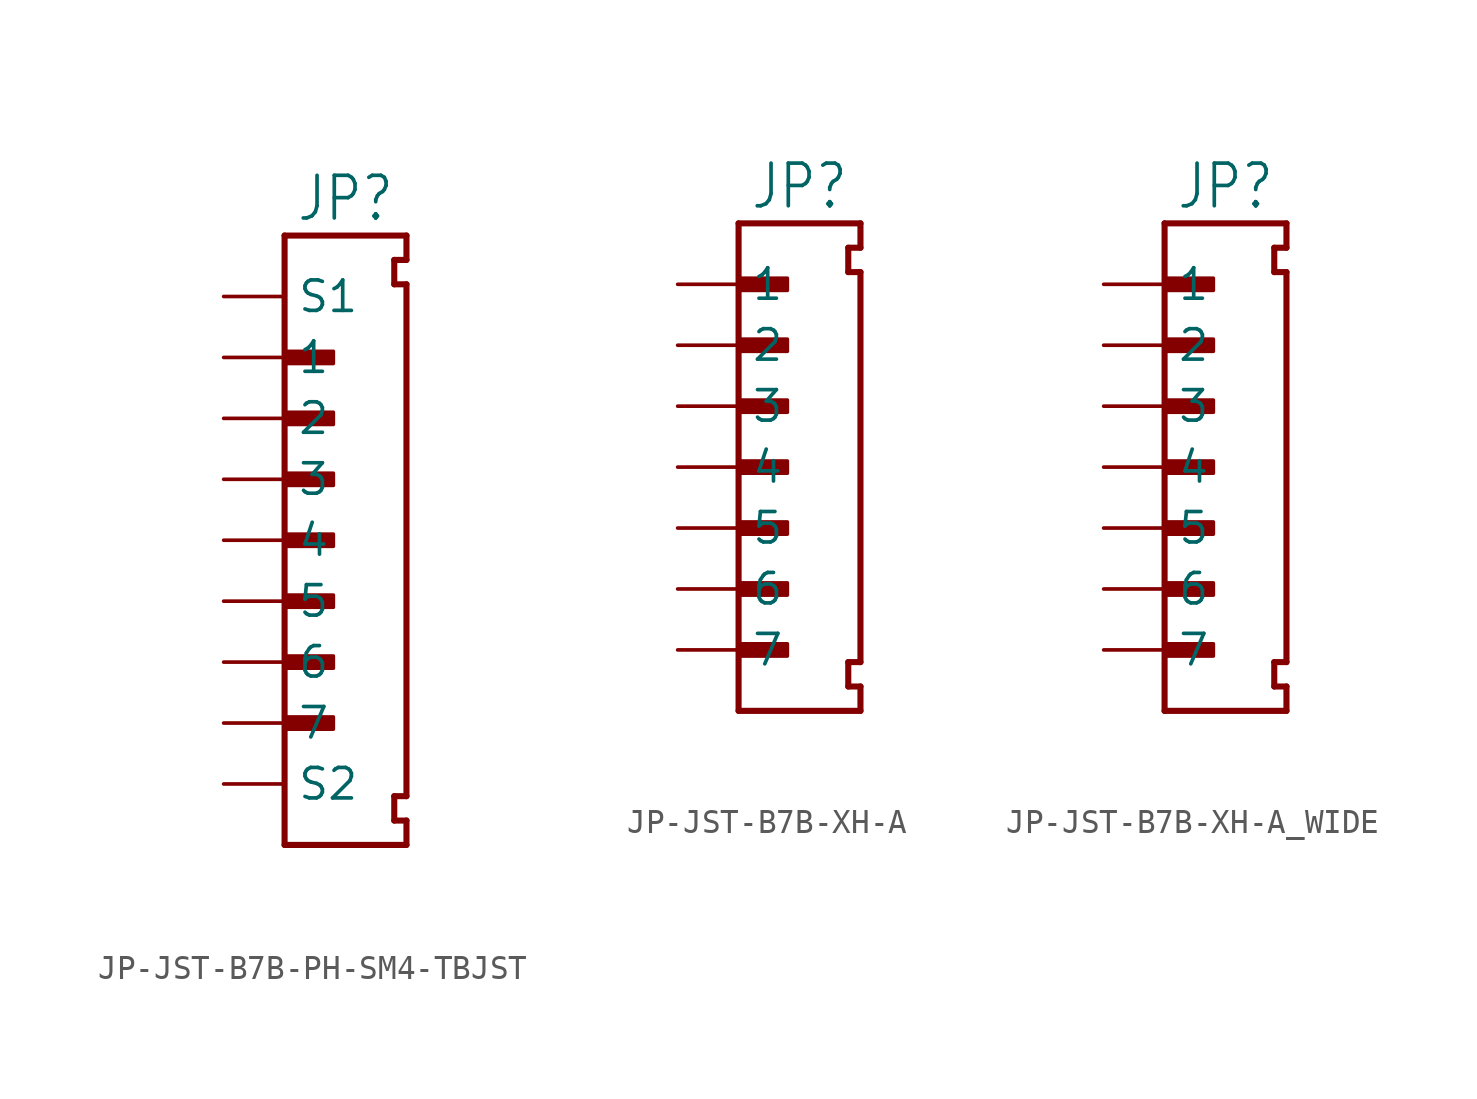
<source format=kicad_sym>
(kicad_symbol_lib
  (version 20231120)
  (generator "kicad_symbol_editor")
  (generator_version "8.0")
  (symbol "JP-JST-B7B-PH-SM4-TBJST"
    (property "Reference" "JP"
      (at 0 13.208 0)
      (effects (font (size 1.778 1.511)) (justify bottom)))
    (property "Value" ""
      (at 0 -13.462 0)
      (effects (font (size 1.778 1.511)) (justify top)))
    (property "ki_locked" ""
      (at 0 0 0)
      (effects (font (size 1.27 1.27))))
    (symbol "JP-JST-B7B-PH-SM4-TBJST_1_0"
      (rectangle (start -2.54 -7.874) (end -0.508 -7.366) (stroke (width 0) (type default)) (fill (type outline)))
      (rectangle (start -2.54 -5.334) (end -0.508 -4.826) (stroke (width 0) (type default)) (fill (type outline)))
      (rectangle (start -2.54 -2.794) (end -0.508 -2.286) (stroke (width 0) (type default)) (fill (type outline)))
      (rectangle (start -2.54 -0.254) (end -0.508 0.254) (stroke (width 0) (type default)) (fill (type outline)))
      (rectangle (start -2.54 2.286) (end -0.508 2.794) (stroke (width 0) (type default)) (fill (type outline)))
      (rectangle (start -2.54 4.826) (end -0.508 5.334) (stroke (width 0) (type default)) (fill (type outline)))
      (rectangle (start -2.54 7.366) (end -0.508 7.874) (stroke (width 0) (type default)) (fill (type outline)))
      (polyline (pts (xy -2.54 -12.7) (xy -2.54 12.7)) (stroke (width 0.254) (type solid)) (fill (type none)))
      (polyline (pts (xy -2.54 12.7) (xy 2.54 12.7)) (stroke (width 0.254) (type solid)) (fill (type none)))
      (polyline (pts (xy 2.032 -11.684) (xy 2.54 -11.684)) (stroke (width 0.254) (type solid)) (fill (type none)))
      (polyline (pts (xy 2.032 -10.668) (xy 2.032 -11.684)) (stroke (width 0.254) (type solid)) (fill (type none)))
      (polyline (pts (xy 2.032 -10.668) (xy 2.54 -10.668)) (stroke (width 0.254) (type solid)) (fill (type none)))
      (polyline (pts (xy 2.032 10.668) (xy 2.54 10.668)) (stroke (width 0.254) (type solid)) (fill (type none)))
      (polyline (pts (xy 2.032 11.684) (xy 2.032 10.668)) (stroke (width 0.254) (type solid)) (fill (type none)))
      (polyline (pts (xy 2.54 -12.7) (xy -2.54 -12.7)) (stroke (width 0.254) (type solid)) (fill (type none)))
      (polyline (pts (xy 2.54 -11.684) (xy 2.54 -12.7)) (stroke (width 0.254) (type solid)) (fill (type none)))
      (polyline (pts (xy 2.54 10.668) (xy 2.54 -10.668)) (stroke (width 0.254) (type solid)) (fill (type none)))
      (polyline (pts (xy 2.54 11.684) (xy 2.032 11.684)) (stroke (width 0.254) (type solid)) (fill (type none)))
      (polyline (pts (xy 2.54 12.7) (xy 2.54 11.684)) (stroke (width 0.254) (type solid)) (fill (type none)))
      (pin passive line (at -5.08 7.62 0) (length 2.54) (name "1" (effects (font (size 1.27 1.27)))) (number "1" (effects (font (size 0 0)))))
      (pin passive line (at -5.08 5.08 0) (length 2.54) (name "2" (effects (font (size 1.27 1.27)))) (number "2" (effects (font (size 0 0)))))
      (pin passive line (at -5.08 2.54 0) (length 2.54) (name "3" (effects (font (size 1.27 1.27)))) (number "3" (effects (font (size 0 0)))))
      (pin passive line (at -5.08 0 0) (length 2.54) (name "4" (effects (font (size 1.27 1.27)))) (number "4" (effects (font (size 0 0)))))
      (pin passive line (at -5.08 -2.54 0) (length 2.54) (name "5" (effects (font (size 1.27 1.27)))) (number "5" (effects (font (size 0 0)))))
      (pin passive line (at -5.08 -5.08 0) (length 2.54) (name "6" (effects (font (size 1.27 1.27)))) (number "6" (effects (font (size 0 0)))))
      (pin passive line (at -5.08 -7.62 0) (length 2.54) (name "7" (effects (font (size 1.27 1.27)))) (number "7" (effects (font (size 0 0)))))
      (pin passive line (at -5.08 10.16 0) (length 2.54) (name "S1" (effects (font (size 1.27 1.27)))) (number "S1" (effects (font (size 0 0)))))
      (pin passive line (at -5.08 -10.16 0) (length 2.54) (name "S2" (effects (font (size 1.27 1.27)))) (number "S2" (effects (font (size 0 0)))))))
  (symbol "JP-JST-B7B-XH-A"
    (property "Reference" "JP"
      (at 0 10.668 0)
      (effects (font (size 1.778 1.511)) (justify bottom)))
    (property "Value" ""
      (at 0 -10.922 0)
      (effects (font (size 1.778 1.511)) (justify top)))
    (property "ki_locked" ""
      (at 0 0 0)
      (effects (font (size 1.27 1.27))))
    (symbol "JP-JST-B7B-XH-A_1_0"
      (rectangle (start -2.54 -7.874) (end -0.508 -7.366) (stroke (width 0) (type default)) (fill (type outline)))
      (rectangle (start -2.54 -5.334) (end -0.508 -4.826) (stroke (width 0) (type default)) (fill (type outline)))
      (rectangle (start -2.54 -2.794) (end -0.508 -2.286) (stroke (width 0) (type default)) (fill (type outline)))
      (rectangle (start -2.54 -0.254) (end -0.508 0.254) (stroke (width 0) (type default)) (fill (type outline)))
      (rectangle (start -2.54 2.286) (end -0.508 2.794) (stroke (width 0) (type default)) (fill (type outline)))
      (rectangle (start -2.54 4.826) (end -0.508 5.334) (stroke (width 0) (type default)) (fill (type outline)))
      (rectangle (start -2.54 7.366) (end -0.508 7.874) (stroke (width 0) (type default)) (fill (type outline)))
      (polyline (pts (xy -2.54 -10.16) (xy -2.54 10.16)) (stroke (width 0.254) (type solid)) (fill (type none)))
      (polyline (pts (xy -2.54 10.16) (xy 2.54 10.16)) (stroke (width 0.254) (type solid)) (fill (type none)))
      (polyline (pts (xy 2.032 -9.144) (xy 2.54 -9.144)) (stroke (width 0.254) (type solid)) (fill (type none)))
      (polyline (pts (xy 2.032 -8.128) (xy 2.032 -9.144)) (stroke (width 0.254) (type solid)) (fill (type none)))
      (polyline (pts (xy 2.032 -8.128) (xy 2.54 -8.128)) (stroke (width 0.254) (type solid)) (fill (type none)))
      (polyline (pts (xy 2.032 8.128) (xy 2.54 8.128)) (stroke (width 0.254) (type solid)) (fill (type none)))
      (polyline (pts (xy 2.032 9.144) (xy 2.032 8.128)) (stroke (width 0.254) (type solid)) (fill (type none)))
      (polyline (pts (xy 2.54 -10.16) (xy -2.54 -10.16)) (stroke (width 0.254) (type solid)) (fill (type none)))
      (polyline (pts (xy 2.54 -9.144) (xy 2.54 -10.16)) (stroke (width 0.254) (type solid)) (fill (type none)))
      (polyline (pts (xy 2.54 8.128) (xy 2.54 -8.128)) (stroke (width 0.254) (type solid)) (fill (type none)))
      (polyline (pts (xy 2.54 9.144) (xy 2.032 9.144)) (stroke (width 0.254) (type solid)) (fill (type none)))
      (polyline (pts (xy 2.54 10.16) (xy 2.54 9.144)) (stroke (width 0.254) (type solid)) (fill (type none)))
      (pin passive line (at -5.08 7.62 0) (length 2.54) (name "1" (effects (font (size 1.27 1.27)))) (number "1" (effects (font (size 0 0)))))
      (pin passive line (at -5.08 5.08 0) (length 2.54) (name "2" (effects (font (size 1.27 1.27)))) (number "2" (effects (font (size 0 0)))))
      (pin passive line (at -5.08 2.54 0) (length 2.54) (name "3" (effects (font (size 1.27 1.27)))) (number "3" (effects (font (size 0 0)))))
      (pin passive line (at -5.08 0 0) (length 2.54) (name "4" (effects (font (size 1.27 1.27)))) (number "4" (effects (font (size 0 0)))))
      (pin passive line (at -5.08 -2.54 0) (length 2.54) (name "5" (effects (font (size 1.27 1.27)))) (number "5" (effects (font (size 0 0)))))
      (pin passive line (at -5.08 -5.08 0) (length 2.54) (name "6" (effects (font (size 1.27 1.27)))) (number "6" (effects (font (size 0 0)))))
      (pin passive line (at -5.08 -7.62 0) (length 2.54) (name "7" (effects (font (size 1.27 1.27)))) (number "7" (effects (font (size 0 0)))))))
  (symbol "JP-JST-B7B-XH-A_WIDE"
    (property "Reference" "JP"
      (at 0 10.668 0)
      (effects (font (size 1.778 1.511)) (justify bottom)))
    (property "Value" ""
      (at 0 -10.922 0)
      (effects (font (size 1.778 1.511)) (justify top)))
    (property "ki_locked" ""
      (at 0 0 0)
      (effects (font (size 1.27 1.27))))
    (symbol "JP-JST-B7B-XH-A_WIDE_1_0"
      (rectangle (start -2.54 -7.874) (end -0.508 -7.366) (stroke (width 0) (type default)) (fill (type outline)))
      (rectangle (start -2.54 -5.334) (end -0.508 -4.826) (stroke (width 0) (type default)) (fill (type outline)))
      (rectangle (start -2.54 -2.794) (end -0.508 -2.286) (stroke (width 0) (type default)) (fill (type outline)))
      (rectangle (start -2.54 -0.254) (end -0.508 0.254) (stroke (width 0) (type default)) (fill (type outline)))
      (rectangle (start -2.54 2.286) (end -0.508 2.794) (stroke (width 0) (type default)) (fill (type outline)))
      (rectangle (start -2.54 4.826) (end -0.508 5.334) (stroke (width 0) (type default)) (fill (type outline)))
      (rectangle (start -2.54 7.366) (end -0.508 7.874) (stroke (width 0) (type default)) (fill (type outline)))
      (polyline (pts (xy -2.54 -10.16) (xy -2.54 10.16)) (stroke (width 0.254) (type solid)) (fill (type none)))
      (polyline (pts (xy -2.54 10.16) (xy 2.54 10.16)) (stroke (width 0.254) (type solid)) (fill (type none)))
      (polyline (pts (xy 2.032 -9.144) (xy 2.54 -9.144)) (stroke (width 0.254) (type solid)) (fill (type none)))
      (polyline (pts (xy 2.032 -8.128) (xy 2.032 -9.144)) (stroke (width 0.254) (type solid)) (fill (type none)))
      (polyline (pts (xy 2.032 -8.128) (xy 2.54 -8.128)) (stroke (width 0.254) (type solid)) (fill (type none)))
      (polyline (pts (xy 2.032 8.128) (xy 2.54 8.128)) (stroke (width 0.254) (type solid)) (fill (type none)))
      (polyline (pts (xy 2.032 9.144) (xy 2.032 8.128)) (stroke (width 0.254) (type solid)) (fill (type none)))
      (polyline (pts (xy 2.54 -10.16) (xy -2.54 -10.16)) (stroke (width 0.254) (type solid)) (fill (type none)))
      (polyline (pts (xy 2.54 -9.144) (xy 2.54 -10.16)) (stroke (width 0.254) (type solid)) (fill (type none)))
      (polyline (pts (xy 2.54 8.128) (xy 2.54 -8.128)) (stroke (width 0.254) (type solid)) (fill (type none)))
      (polyline (pts (xy 2.54 9.144) (xy 2.032 9.144)) (stroke (width 0.254) (type solid)) (fill (type none)))
      (polyline (pts (xy 2.54 10.16) (xy 2.54 9.144)) (stroke (width 0.254) (type solid)) (fill (type none)))
      (pin passive line (at -5.08 7.62 0) (length 2.54) (name "1" (effects (font (size 1.27 1.27)))) (number "1" (effects (font (size 0 0)))))
      (pin passive line (at -5.08 5.08 0) (length 2.54) (name "2" (effects (font (size 1.27 1.27)))) (number "2" (effects (font (size 0 0)))))
      (pin passive line (at -5.08 2.54 0) (length 2.54) (name "3" (effects (font (size 1.27 1.27)))) (number "3" (effects (font (size 0 0)))))
      (pin passive line (at -5.08 0 0) (length 2.54) (name "4" (effects (font (size 1.27 1.27)))) (number "4" (effects (font (size 0 0)))))
      (pin passive line (at -5.08 -2.54 0) (length 2.54) (name "5" (effects (font (size 1.27 1.27)))) (number "5" (effects (font (size 0 0)))))
      (pin passive line (at -5.08 -5.08 0) (length 2.54) (name "6" (effects (font (size 1.27 1.27)))) (number "6" (effects (font (size 0 0)))))
      (pin passive line (at -5.08 -7.62 0) (length 2.54) (name "7" (effects (font (size 1.27 1.27)))) (number "7" (effects (font (size 0 0))))))))
</source>
